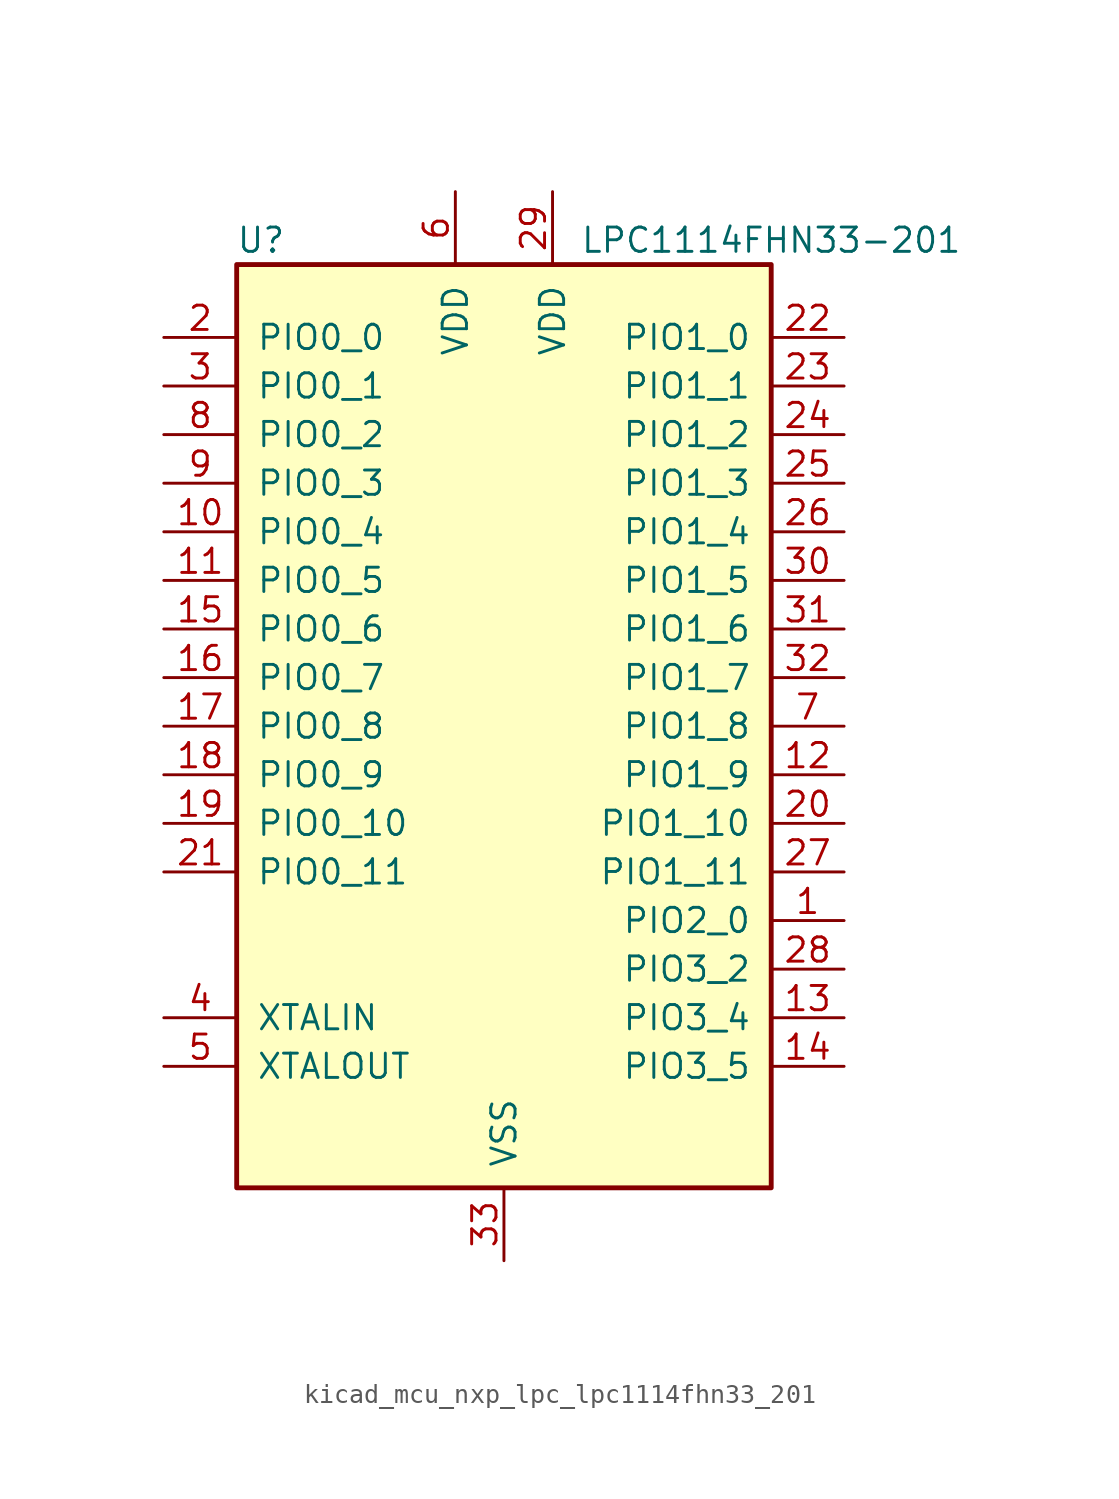
<source format=kicad_sym>
(kicad_symbol_lib
  (version 20220914)
  (generator kicad_symbol_editor)
  (symbol "kicad_mcu_nxp_lpc_lpc1114fhn33_201"
    (pin_names
      (offset 1.016))
    (property "Reference" "U"
      (at -12.7 25.4 0)
      (effects (font (size 1.27 1.27))))
    (property "Value" "LPC1114FHN33-201"
      (at 13.97 25.4 0)
      (effects (font (size 1.27 1.27))))
    (symbol "kicad_mcu_nxp_lpc_lpc1114fhn33_201_0_1"
      (rectangle (start -13.97 24.13) (end 13.97 -24.13) (stroke (width 0.254) (type default)) (fill (type background))))
    (symbol "kicad_mcu_nxp_lpc_lpc1114fhn33_201_1_1"
      (pin bidirectional line (at 17.78 -10.16 180) (length 3.81) (name "PIO2_0" (effects (font (size 1.27 1.27)))) (number "1" (effects (font (size 1.27 1.27)))))
      (pin bidirectional line (at -17.78 10.16 0) (length 3.81) (name "PIO0_4" (effects (font (size 1.27 1.27)))) (number "10" (effects (font (size 1.27 1.27)))))
      (pin bidirectional line (at -17.78 7.62 0) (length 3.81) (name "PIO0_5" (effects (font (size 1.27 1.27)))) (number "11" (effects (font (size 1.27 1.27)))))
      (pin bidirectional line (at 17.78 -2.54 180) (length 3.81) (name "PIO1_9" (effects (font (size 1.27 1.27)))) (number "12" (effects (font (size 1.27 1.27)))))
      (pin bidirectional line (at 17.78 -15.24 180) (length 3.81) (name "PIO3_4" (effects (font (size 1.27 1.27)))) (number "13" (effects (font (size 1.27 1.27)))))
      (pin bidirectional line (at 17.78 -17.78 180) (length 3.81) (name "PIO3_5" (effects (font (size 1.27 1.27)))) (number "14" (effects (font (size 1.27 1.27)))))
      (pin bidirectional line (at -17.78 5.08 0) (length 3.81) (name "PIO0_6" (effects (font (size 1.27 1.27)))) (number "15" (effects (font (size 1.27 1.27)))))
      (pin bidirectional line (at -17.78 2.54 0) (length 3.81) (name "PIO0_7" (effects (font (size 1.27 1.27)))) (number "16" (effects (font (size 1.27 1.27)))))
      (pin bidirectional line (at -17.78 0 0) (length 3.81) (name "PIO0_8" (effects (font (size 1.27 1.27)))) (number "17" (effects (font (size 1.27 1.27)))))
      (pin bidirectional line (at -17.78 -2.54 0) (length 3.81) (name "PIO0_9" (effects (font (size 1.27 1.27)))) (number "18" (effects (font (size 1.27 1.27)))))
      (pin bidirectional line (at -17.78 -5.08 0) (length 3.81) (name "PIO0_10" (effects (font (size 1.27 1.27)))) (number "19" (effects (font (size 1.27 1.27)))))
      (pin bidirectional line (at -17.78 20.32 0) (length 3.81) (name "PIO0_0" (effects (font (size 1.27 1.27)))) (number "2" (effects (font (size 1.27 1.27)))))
      (pin bidirectional line (at 17.78 -5.08 180) (length 3.81) (name "PIO1_10" (effects (font (size 1.27 1.27)))) (number "20" (effects (font (size 1.27 1.27)))))
      (pin bidirectional line (at -17.78 -7.62 0) (length 3.81) (name "PIO0_11" (effects (font (size 1.27 1.27)))) (number "21" (effects (font (size 1.27 1.27)))))
      (pin bidirectional line (at 17.78 20.32 180) (length 3.81) (name "PIO1_0" (effects (font (size 1.27 1.27)))) (number "22" (effects (font (size 1.27 1.27)))))
      (pin bidirectional line (at 17.78 17.78 180) (length 3.81) (name "PIO1_1" (effects (font (size 1.27 1.27)))) (number "23" (effects (font (size 1.27 1.27)))))
      (pin bidirectional line (at 17.78 15.24 180) (length 3.81) (name "PIO1_2" (effects (font (size 1.27 1.27)))) (number "24" (effects (font (size 1.27 1.27)))))
      (pin bidirectional line (at 17.78 12.7 180) (length 3.81) (name "PIO1_3" (effects (font (size 1.27 1.27)))) (number "25" (effects (font (size 1.27 1.27)))))
      (pin bidirectional line (at 17.78 10.16 180) (length 3.81) (name "PIO1_4" (effects (font (size 1.27 1.27)))) (number "26" (effects (font (size 1.27 1.27)))))
      (pin bidirectional line (at 17.78 -7.62 180) (length 3.81) (name "PIO1_11" (effects (font (size 1.27 1.27)))) (number "27" (effects (font (size 1.27 1.27)))))
      (pin bidirectional line (at 17.78 -12.7 180) (length 3.81) (name "PIO3_2" (effects (font (size 1.27 1.27)))) (number "28" (effects (font (size 1.27 1.27)))))
      (pin power_in line (at 2.54 27.94 270) (length 3.81) (name "VDD" (effects (font (size 1.27 1.27)))) (number "29" (effects (font (size 1.27 1.27)))))
      (pin bidirectional line (at -17.78 17.78 0) (length 3.81) (name "PIO0_1" (effects (font (size 1.27 1.27)))) (number "3" (effects (font (size 1.27 1.27)))))
      (pin bidirectional line (at 17.78 7.62 180) (length 3.81) (name "PIO1_5" (effects (font (size 1.27 1.27)))) (number "30" (effects (font (size 1.27 1.27)))))
      (pin bidirectional line (at 17.78 5.08 180) (length 3.81) (name "PIO1_6" (effects (font (size 1.27 1.27)))) (number "31" (effects (font (size 1.27 1.27)))))
      (pin bidirectional line (at 17.78 2.54 180) (length 3.81) (name "PIO1_7" (effects (font (size 1.27 1.27)))) (number "32" (effects (font (size 1.27 1.27)))))
      (pin power_in line (at 0 -27.94 90) (length 3.81) (name "VSS" (effects (font (size 1.27 1.27)))) (number "33" (effects (font (size 1.27 1.27)))))
      (pin input line (at -17.78 -15.24 0) (length 3.81) (name "XTALIN" (effects (font (size 1.27 1.27)))) (number "4" (effects (font (size 1.27 1.27)))))
      (pin output line (at -17.78 -17.78 0) (length 3.81) (name "XTALOUT" (effects (font (size 1.27 1.27)))) (number "5" (effects (font (size 1.27 1.27)))))
      (pin power_in line (at -2.54 27.94 270) (length 3.81) (name "VDD" (effects (font (size 1.27 1.27)))) (number "6" (effects (font (size 1.27 1.27)))))
      (pin bidirectional line (at 17.78 0 180) (length 3.81) (name "PIO1_8" (effects (font (size 1.27 1.27)))) (number "7" (effects (font (size 1.27 1.27)))))
      (pin bidirectional line (at -17.78 15.24 0) (length 3.81) (name "PIO0_2" (effects (font (size 1.27 1.27)))) (number "8" (effects (font (size 1.27 1.27)))))
      (pin bidirectional line (at -17.78 12.7 0) (length 3.81) (name "PIO0_3" (effects (font (size 1.27 1.27)))) (number "9" (effects (font (size 1.27 1.27))))))))
</source>
